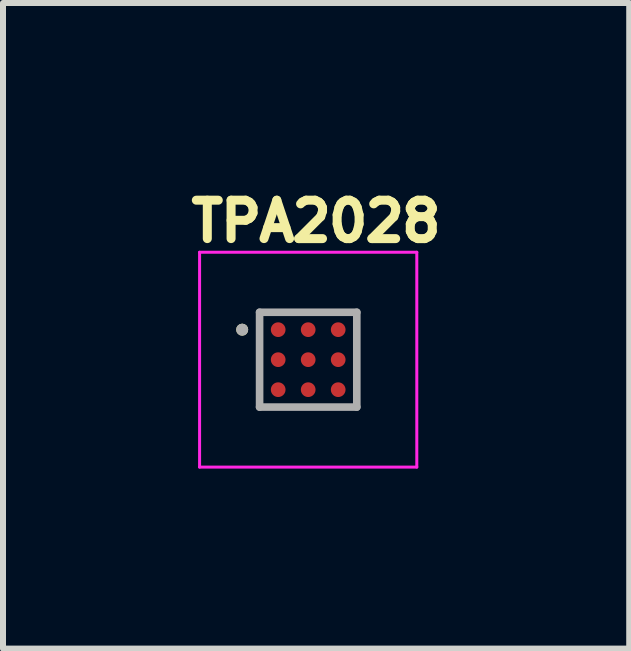
<source format=kicad_pcb>
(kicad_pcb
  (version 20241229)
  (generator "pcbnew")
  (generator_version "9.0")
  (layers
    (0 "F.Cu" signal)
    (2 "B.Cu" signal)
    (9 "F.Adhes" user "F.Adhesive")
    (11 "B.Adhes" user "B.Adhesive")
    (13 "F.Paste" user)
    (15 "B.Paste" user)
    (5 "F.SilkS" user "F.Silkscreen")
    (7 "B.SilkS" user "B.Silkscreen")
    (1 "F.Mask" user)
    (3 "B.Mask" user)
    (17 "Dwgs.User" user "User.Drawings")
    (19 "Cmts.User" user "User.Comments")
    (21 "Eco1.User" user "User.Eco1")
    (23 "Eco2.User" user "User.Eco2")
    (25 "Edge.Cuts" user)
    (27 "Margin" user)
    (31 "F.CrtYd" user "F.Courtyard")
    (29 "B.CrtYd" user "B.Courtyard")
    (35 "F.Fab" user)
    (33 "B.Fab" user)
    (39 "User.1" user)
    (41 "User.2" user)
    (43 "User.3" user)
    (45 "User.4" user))
  (footprint "TPA2028"
    (layer "F.Cu")
    (at 2.086 2.944)
    (property "Reference" "TPA2028" (at 0.132 -2.306 0) (layer "F.SilkS") (effects (font (size 0.64 0.64) (thickness 0.15))))
    (attr smd)
    (fp_circle (center -0.5 -0.5) (end -0.414 -0.5) (stroke (width 0.172) (type solid)) (fill no) (layer "F.Mask"))
    (fp_circle (center -0.5 0) (end -0.414 0) (stroke (width 0.172) (type solid)) (fill no) (layer "F.Mask"))
    (fp_circle (center -0.5 0.5) (end -0.414 0.5) (stroke (width 0.172) (type solid)) (fill no) (layer "F.Mask"))
    (fp_circle (center 0 -0.5) (end 0.086 -0.5) (stroke (width 0.172) (type solid)) (fill no) (layer "F.Mask"))
    (fp_circle (center 0 0) (end 0.086 0) (stroke (width 0.172) (type solid)) (fill no) (layer "F.Mask"))
    (fp_circle (center 0 0.5) (end 0.086 0.5) (stroke (width 0.172) (type solid)) (fill no) (layer "F.Mask"))
    (fp_circle (center 0.5 -0.5) (end 0.586 -0.5) (stroke (width 0.172) (type solid)) (fill no) (layer "F.Mask"))
    (fp_circle (center 0.5 0) (end 0.586 0) (stroke (width 0.172) (type solid)) (fill no) (layer "F.Mask"))
    (fp_circle (center 0.5 0.5) (end 0.586 0.5) (stroke (width 0.172) (type solid)) (fill no) (layer "F.Mask"))
    (fp_circle (center -1.1 -0.5) (end -1.05 -0.5) (stroke (width 0.1) (type solid)) (fill no) (layer "F.SilkS"))
    (fp_poly (pts (xy -0.625 -0.5) (xy -0.625 -0.575) (xy -0.625 -0.578) (xy -0.625 -0.58) (xy -0.624 -0.583) (xy -0.624 -0.585) (xy -0.623 -0.588) (xy -0.623 -0.59) (xy -0.622 -0.593) (xy -0.621 -0.595) (xy -0.62 -0.598) (xy -0.618 -0.6) (xy -0.617 -0.602) (xy -0.615 -0.604) (xy -0.614 -0.606) (xy -0.612 -0.608) (xy -0.61 -0.61) (xy -0.608 -0.612) (xy -0.606 -0.614) (xy -0.604 -0.615) (xy -0.602 -0.617) (xy -0.6 -0.618) (xy -0.598 -0.62) (xy -0.595 -0.621) (xy -0.593 -0.622) (xy -0.59 -0.623) (xy -0.588 -0.623) (xy -0.585 -0.624) (xy -0.583 -0.624) (xy -0.58 -0.625) (xy -0.578 -0.625) (xy -0.575 -0.625) (xy -0.425 -0.625) (xy -0.422 -0.625) (xy -0.42 -0.625) (xy -0.417 -0.624) (xy -0.415 -0.624) (xy -0.412 -0.623) (xy -0.41 -0.623) (xy -0.407 -0.622) (xy -0.405 -0.621) (xy -0.402 -0.62) (xy -0.4 -0.618) (xy -0.398 -0.617) (xy -0.396 -0.615) (xy -0.394 -0.614) (xy -0.392 -0.612) (xy -0.39 -0.61) (xy -0.388 -0.608) (xy -0.386 -0.606) (xy -0.385 -0.604) (xy -0.383 -0.602) (xy -0.382 -0.6) (xy -0.38 -0.598) (xy -0.379 -0.595) (xy -0.378 -0.593) (xy -0.377 -0.59) (xy -0.377 -0.588) (xy -0.376 -0.585) (xy -0.376 -0.583) (xy -0.375 -0.58) (xy -0.375 -0.578) (xy -0.375 -0.575) (xy -0.375 -0.425) (xy -0.375 -0.422) (xy -0.375 -0.42) (xy -0.376 -0.417) (xy -0.376 -0.415) (xy -0.377 -0.412) (xy -0.377 -0.41) (xy -0.378 -0.407) (xy -0.379 -0.405) (xy -0.38 -0.402) (xy -0.382 -0.4) (xy -0.383 -0.398) (xy -0.385 -0.396) (xy -0.386 -0.394) (xy -0.388 -0.392) (xy -0.39 -0.39) (xy -0.392 -0.388) (xy -0.394 -0.386) (xy -0.396 -0.385) (xy -0.398 -0.383) (xy -0.4 -0.382) (xy -0.402 -0.38) (xy -0.405 -0.379) (xy -0.407 -0.378) (xy -0.41 -0.377) (xy -0.412 -0.377) (xy -0.415 -0.376) (xy -0.417 -0.376) (xy -0.42 -0.375) (xy -0.422 -0.375) (xy -0.425 -0.375) (xy -0.575 -0.375) (xy -0.578 -0.375) (xy -0.58 -0.375) (xy -0.583 -0.376) (xy -0.585 -0.376) (xy -0.588 -0.377) (xy -0.59 -0.377) (xy -0.593 -0.378) (xy -0.595 -0.379) (xy -0.598 -0.38) (xy -0.6 -0.382) (xy -0.602 -0.383) (xy -0.604 -0.385) (xy -0.606 -0.386) (xy -0.608 -0.388) (xy -0.61 -0.39) (xy -0.612 -0.392) (xy -0.614 -0.394) (xy -0.615 -0.396) (xy -0.617 -0.398) (xy -0.618 -0.4) (xy -0.62 -0.402) (xy -0.621 -0.405) (xy -0.622 -0.407) (xy -0.623 -0.41) (xy -0.623 -0.412) (xy -0.624 -0.415) (xy -0.624 -0.417) (xy -0.625 -0.42) (xy -0.625 -0.422) (xy -0.625 -0.425) (xy -0.625 -0.5)) (stroke (width 0.01) (type solid)) (fill yes) (layer "F.Paste"))
    (fp_poly (pts (xy -0.625 0) (xy -0.625 -0.075) (xy -0.625 -0.078) (xy -0.625 -0.08) (xy -0.624 -0.083) (xy -0.624 -0.085) (xy -0.623 -0.088) (xy -0.623 -0.09) (xy -0.622 -0.093) (xy -0.621 -0.095) (xy -0.62 -0.098) (xy -0.618 -0.1) (xy -0.617 -0.102) (xy -0.615 -0.104) (xy -0.614 -0.106) (xy -0.612 -0.108) (xy -0.61 -0.11) (xy -0.608 -0.112) (xy -0.606 -0.114) (xy -0.604 -0.115) (xy -0.602 -0.117) (xy -0.6 -0.118) (xy -0.598 -0.12) (xy -0.595 -0.121) (xy -0.593 -0.122) (xy -0.59 -0.123) (xy -0.588 -0.123) (xy -0.585 -0.124) (xy -0.583 -0.124) (xy -0.58 -0.125) (xy -0.578 -0.125) (xy -0.575 -0.125) (xy -0.425 -0.125) (xy -0.422 -0.125) (xy -0.42 -0.125) (xy -0.417 -0.124) (xy -0.415 -0.124) (xy -0.412 -0.123) (xy -0.41 -0.123) (xy -0.407 -0.122) (xy -0.405 -0.121) (xy -0.402 -0.12) (xy -0.4 -0.118) (xy -0.398 -0.117) (xy -0.396 -0.115) (xy -0.394 -0.114) (xy -0.392 -0.112) (xy -0.39 -0.11) (xy -0.388 -0.108) (xy -0.386 -0.106) (xy -0.385 -0.104) (xy -0.383 -0.102) (xy -0.382 -0.1) (xy -0.38 -0.098) (xy -0.379 -0.095) (xy -0.378 -0.093) (xy -0.377 -0.09) (xy -0.377 -0.088) (xy -0.376 -0.085) (xy -0.376 -0.083) (xy -0.375 -0.08) (xy -0.375 -0.078) (xy -0.375 -0.075) (xy -0.375 0.075) (xy -0.375 0.078) (xy -0.375 0.08) (xy -0.376 0.083) (xy -0.376 0.085) (xy -0.377 0.088) (xy -0.377 0.09) (xy -0.378 0.093) (xy -0.379 0.095) (xy -0.38 0.098) (xy -0.382 0.1) (xy -0.383 0.102) (xy -0.385 0.104) (xy -0.386 0.106) (xy -0.388 0.108) (xy -0.39 0.11) (xy -0.392 0.112) (xy -0.394 0.114) (xy -0.396 0.115) (xy -0.398 0.117) (xy -0.4 0.118) (xy -0.402 0.12) (xy -0.405 0.121) (xy -0.407 0.122) (xy -0.41 0.123) (xy -0.412 0.123) (xy -0.415 0.124) (xy -0.417 0.124) (xy -0.42 0.125) (xy -0.422 0.125) (xy -0.425 0.125) (xy -0.575 0.125) (xy -0.578 0.125) (xy -0.58 0.125) (xy -0.583 0.124) (xy -0.585 0.124) (xy -0.588 0.123) (xy -0.59 0.123) (xy -0.593 0.122) (xy -0.595 0.121) (xy -0.598 0.12) (xy -0.6 0.118) (xy -0.602 0.117) (xy -0.604 0.115) (xy -0.606 0.114) (xy -0.608 0.112) (xy -0.61 0.11) (xy -0.612 0.108) (xy -0.614 0.106) (xy -0.615 0.104) (xy -0.617 0.102) (xy -0.618 0.1) (xy -0.62 0.098) (xy -0.621 0.095) (xy -0.622 0.093) (xy -0.623 0.09) (xy -0.623 0.088) (xy -0.624 0.085) (xy -0.624 0.083) (xy -0.625 0.08) (xy -0.625 0.078) (xy -0.625 0.075) (xy -0.625 0)) (stroke (width 0.01) (type solid)) (fill yes) (layer "F.Paste"))
    (fp_poly (pts (xy -0.625 0.5) (xy -0.625 0.425) (xy -0.625 0.422) (xy -0.625 0.42) (xy -0.624 0.417) (xy -0.624 0.415) (xy -0.623 0.412) (xy -0.623 0.41) (xy -0.622 0.407) (xy -0.621 0.405) (xy -0.62 0.402) (xy -0.618 0.4) (xy -0.617 0.398) (xy -0.615 0.396) (xy -0.614 0.394) (xy -0.612 0.392) (xy -0.61 0.39) (xy -0.608 0.388) (xy -0.606 0.386) (xy -0.604 0.385) (xy -0.602 0.383) (xy -0.6 0.382) (xy -0.598 0.38) (xy -0.595 0.379) (xy -0.593 0.378) (xy -0.59 0.377) (xy -0.588 0.377) (xy -0.585 0.376) (xy -0.583 0.376) (xy -0.58 0.375) (xy -0.578 0.375) (xy -0.575 0.375) (xy -0.425 0.375) (xy -0.422 0.375) (xy -0.42 0.375) (xy -0.417 0.376) (xy -0.415 0.376) (xy -0.412 0.377) (xy -0.41 0.377) (xy -0.407 0.378) (xy -0.405 0.379) (xy -0.402 0.38) (xy -0.4 0.382) (xy -0.398 0.383) (xy -0.396 0.385) (xy -0.394 0.386) (xy -0.392 0.388) (xy -0.39 0.39) (xy -0.388 0.392) (xy -0.386 0.394) (xy -0.385 0.396) (xy -0.383 0.398) (xy -0.382 0.4) (xy -0.38 0.402) (xy -0.379 0.405) (xy -0.378 0.407) (xy -0.377 0.41) (xy -0.377 0.412) (xy -0.376 0.415) (xy -0.376 0.417) (xy -0.375 0.42) (xy -0.375 0.422) (xy -0.375 0.425) (xy -0.375 0.575) (xy -0.375 0.578) (xy -0.375 0.58) (xy -0.376 0.583) (xy -0.376 0.585) (xy -0.377 0.588) (xy -0.377 0.59) (xy -0.378 0.593) (xy -0.379 0.595) (xy -0.38 0.598) (xy -0.382 0.6) (xy -0.383 0.602) (xy -0.385 0.604) (xy -0.386 0.606) (xy -0.388 0.608) (xy -0.39 0.61) (xy -0.392 0.612) (xy -0.394 0.614) (xy -0.396 0.615) (xy -0.398 0.617) (xy -0.4 0.618) (xy -0.402 0.62) (xy -0.405 0.621) (xy -0.407 0.622) (xy -0.41 0.623) (xy -0.412 0.623) (xy -0.415 0.624) (xy -0.417 0.624) (xy -0.42 0.625) (xy -0.422 0.625) (xy -0.425 0.625) (xy -0.575 0.625) (xy -0.578 0.625) (xy -0.58 0.625) (xy -0.583 0.624) (xy -0.585 0.624) (xy -0.588 0.623) (xy -0.59 0.623) (xy -0.593 0.622) (xy -0.595 0.621) (xy -0.598 0.62) (xy -0.6 0.618) (xy -0.602 0.617) (xy -0.604 0.615) (xy -0.606 0.614) (xy -0.608 0.612) (xy -0.61 0.61) (xy -0.612 0.608) (xy -0.614 0.606) (xy -0.615 0.604) (xy -0.617 0.602) (xy -0.618 0.6) (xy -0.62 0.598) (xy -0.621 0.595) (xy -0.622 0.593) (xy -0.623 0.59) (xy -0.623 0.588) (xy -0.624 0.585) (xy -0.624 0.583) (xy -0.625 0.58) (xy -0.625 0.578) (xy -0.625 0.575) (xy -0.625 0.5)) (stroke (width 0.01) (type solid)) (fill yes) (layer "F.Paste"))
    (fp_poly (pts (xy -0.125 -0.5) (xy -0.125 -0.575) (xy -0.125 -0.578) (xy -0.125 -0.58) (xy -0.124 -0.583) (xy -0.124 -0.585) (xy -0.123 -0.588) (xy -0.123 -0.59) (xy -0.122 -0.593) (xy -0.121 -0.595) (xy -0.12 -0.598) (xy -0.118 -0.6) (xy -0.117 -0.602) (xy -0.115 -0.604) (xy -0.114 -0.606) (xy -0.112 -0.608) (xy -0.11 -0.61) (xy -0.108 -0.612) (xy -0.106 -0.614) (xy -0.104 -0.615) (xy -0.102 -0.617) (xy -0.1 -0.618) (xy -0.098 -0.62) (xy -0.095 -0.621) (xy -0.093 -0.622) (xy -0.09 -0.623) (xy -0.088 -0.623) (xy -0.085 -0.624) (xy -0.083 -0.624) (xy -0.08 -0.625) (xy -0.078 -0.625) (xy -0.075 -0.625) (xy 0.075 -0.625) (xy 0.078 -0.625) (xy 0.08 -0.625) (xy 0.083 -0.624) (xy 0.085 -0.624) (xy 0.088 -0.623) (xy 0.09 -0.623) (xy 0.093 -0.622) (xy 0.095 -0.621) (xy 0.098 -0.62) (xy 0.1 -0.618) (xy 0.102 -0.617) (xy 0.104 -0.615) (xy 0.106 -0.614) (xy 0.108 -0.612) (xy 0.11 -0.61) (xy 0.112 -0.608) (xy 0.114 -0.606) (xy 0.115 -0.604) (xy 0.117 -0.602) (xy 0.118 -0.6) (xy 0.12 -0.598) (xy 0.121 -0.595) (xy 0.122 -0.593) (xy 0.123 -0.59) (xy 0.123 -0.588) (xy 0.124 -0.585) (xy 0.124 -0.583) (xy 0.125 -0.58) (xy 0.125 -0.578) (xy 0.125 -0.575) (xy 0.125 -0.425) (xy 0.125 -0.422) (xy 0.125 -0.42) (xy 0.124 -0.417) (xy 0.124 -0.415) (xy 0.123 -0.412) (xy 0.123 -0.41) (xy 0.122 -0.407) (xy 0.121 -0.405) (xy 0.12 -0.402) (xy 0.118 -0.4) (xy 0.117 -0.398) (xy 0.115 -0.396) (xy 0.114 -0.394) (xy 0.112 -0.392) (xy 0.11 -0.39) (xy 0.108 -0.388) (xy 0.106 -0.386) (xy 0.104 -0.385) (xy 0.102 -0.383) (xy 0.1 -0.382) (xy 0.098 -0.38) (xy 0.095 -0.379) (xy 0.093 -0.378) (xy 0.09 -0.377) (xy 0.088 -0.377) (xy 0.085 -0.376) (xy 0.083 -0.376) (xy 0.08 -0.375) (xy 0.078 -0.375) (xy 0.075 -0.375) (xy -0.075 -0.375) (xy -0.078 -0.375) (xy -0.08 -0.375) (xy -0.083 -0.376) (xy -0.085 -0.376) (xy -0.088 -0.377) (xy -0.09 -0.377) (xy -0.093 -0.378) (xy -0.095 -0.379) (xy -0.098 -0.38) (xy -0.1 -0.382) (xy -0.102 -0.383) (xy -0.104 -0.385) (xy -0.106 -0.386) (xy -0.108 -0.388) (xy -0.11 -0.39) (xy -0.112 -0.392) (xy -0.114 -0.394) (xy -0.115 -0.396) (xy -0.117 -0.398) (xy -0.118 -0.4) (xy -0.12 -0.402) (xy -0.121 -0.405) (xy -0.122 -0.407) (xy -0.123 -0.41) (xy -0.123 -0.412) (xy -0.124 -0.415) (xy -0.124 -0.417) (xy -0.125 -0.42) (xy -0.125 -0.422) (xy -0.125 -0.425) (xy -0.125 -0.5)) (stroke (width 0.01) (type solid)) (fill yes) (layer "F.Paste"))
    (fp_poly (pts (xy -0.125 0) (xy -0.125 -0.075) (xy -0.125 -0.078) (xy -0.125 -0.08) (xy -0.124 -0.083) (xy -0.124 -0.085) (xy -0.123 -0.088) (xy -0.123 -0.09) (xy -0.122 -0.093) (xy -0.121 -0.095) (xy -0.12 -0.098) (xy -0.118 -0.1) (xy -0.117 -0.102) (xy -0.115 -0.104) (xy -0.114 -0.106) (xy -0.112 -0.108) (xy -0.11 -0.11) (xy -0.108 -0.112) (xy -0.106 -0.114) (xy -0.104 -0.115) (xy -0.102 -0.117) (xy -0.1 -0.118) (xy -0.098 -0.12) (xy -0.095 -0.121) (xy -0.093 -0.122) (xy -0.09 -0.123) (xy -0.088 -0.123) (xy -0.085 -0.124) (xy -0.083 -0.124) (xy -0.08 -0.125) (xy -0.078 -0.125) (xy -0.075 -0.125) (xy 0.075 -0.125) (xy 0.078 -0.125) (xy 0.08 -0.125) (xy 0.083 -0.124) (xy 0.085 -0.124) (xy 0.088 -0.123) (xy 0.09 -0.123) (xy 0.093 -0.122) (xy 0.095 -0.121) (xy 0.098 -0.12) (xy 0.1 -0.118) (xy 0.102 -0.117) (xy 0.104 -0.115) (xy 0.106 -0.114) (xy 0.108 -0.112) (xy 0.11 -0.11) (xy 0.112 -0.108) (xy 0.114 -0.106) (xy 0.115 -0.104) (xy 0.117 -0.102) (xy 0.118 -0.1) (xy 0.12 -0.098) (xy 0.121 -0.095) (xy 0.122 -0.093) (xy 0.123 -0.09) (xy 0.123 -0.088) (xy 0.124 -0.085) (xy 0.124 -0.083) (xy 0.125 -0.08) (xy 0.125 -0.078) (xy 0.125 -0.075) (xy 0.125 0.075) (xy 0.125 0.078) (xy 0.125 0.08) (xy 0.124 0.083) (xy 0.124 0.085) (xy 0.123 0.088) (xy 0.123 0.09) (xy 0.122 0.093) (xy 0.121 0.095) (xy 0.12 0.098) (xy 0.118 0.1) (xy 0.117 0.102) (xy 0.115 0.104) (xy 0.114 0.106) (xy 0.112 0.108) (xy 0.11 0.11) (xy 0.108 0.112) (xy 0.106 0.114) (xy 0.104 0.115) (xy 0.102 0.117) (xy 0.1 0.118) (xy 0.098 0.12) (xy 0.095 0.121) (xy 0.093 0.122) (xy 0.09 0.123) (xy 0.088 0.123) (xy 0.085 0.124) (xy 0.083 0.124) (xy 0.08 0.125) (xy 0.078 0.125) (xy 0.075 0.125) (xy -0.075 0.125) (xy -0.078 0.125) (xy -0.08 0.125) (xy -0.083 0.124) (xy -0.085 0.124) (xy -0.088 0.123) (xy -0.09 0.123) (xy -0.093 0.122) (xy -0.095 0.121) (xy -0.098 0.12) (xy -0.1 0.118) (xy -0.102 0.117) (xy -0.104 0.115) (xy -0.106 0.114) (xy -0.108 0.112) (xy -0.11 0.11) (xy -0.112 0.108) (xy -0.114 0.106) (xy -0.115 0.104) (xy -0.117 0.102) (xy -0.118 0.1) (xy -0.12 0.098) (xy -0.121 0.095) (xy -0.122 0.093) (xy -0.123 0.09) (xy -0.123 0.088) (xy -0.124 0.085) (xy -0.124 0.083) (xy -0.125 0.08) (xy -0.125 0.078) (xy -0.125 0.075) (xy -0.125 0)) (stroke (width 0.01) (type solid)) (fill yes) (layer "F.Paste"))
    (fp_poly (pts (xy -0.125 0.5) (xy -0.125 0.425) (xy -0.125 0.422) (xy -0.125 0.42) (xy -0.124 0.417) (xy -0.124 0.415) (xy -0.123 0.412) (xy -0.123 0.41) (xy -0.122 0.407) (xy -0.121 0.405) (xy -0.12 0.402) (xy -0.118 0.4) (xy -0.117 0.398) (xy -0.115 0.396) (xy -0.114 0.394) (xy -0.112 0.392) (xy -0.11 0.39) (xy -0.108 0.388) (xy -0.106 0.386) (xy -0.104 0.385) (xy -0.102 0.383) (xy -0.1 0.382) (xy -0.098 0.38) (xy -0.095 0.379) (xy -0.093 0.378) (xy -0.09 0.377) (xy -0.088 0.377) (xy -0.085 0.376) (xy -0.083 0.376) (xy -0.08 0.375) (xy -0.078 0.375) (xy -0.075 0.375) (xy 0.075 0.375) (xy 0.078 0.375) (xy 0.08 0.375) (xy 0.083 0.376) (xy 0.085 0.376) (xy 0.088 0.377) (xy 0.09 0.377) (xy 0.093 0.378) (xy 0.095 0.379) (xy 0.098 0.38) (xy 0.1 0.382) (xy 0.102 0.383) (xy 0.104 0.385) (xy 0.106 0.386) (xy 0.108 0.388) (xy 0.11 0.39) (xy 0.112 0.392) (xy 0.114 0.394) (xy 0.115 0.396) (xy 0.117 0.398) (xy 0.118 0.4) (xy 0.12 0.402) (xy 0.121 0.405) (xy 0.122 0.407) (xy 0.123 0.41) (xy 0.123 0.412) (xy 0.124 0.415) (xy 0.124 0.417) (xy 0.125 0.42) (xy 0.125 0.422) (xy 0.125 0.425) (xy 0.125 0.575) (xy 0.125 0.578) (xy 0.125 0.58) (xy 0.124 0.583) (xy 0.124 0.585) (xy 0.123 0.588) (xy 0.123 0.59) (xy 0.122 0.593) (xy 0.121 0.595) (xy 0.12 0.598) (xy 0.118 0.6) (xy 0.117 0.602) (xy 0.115 0.604) (xy 0.114 0.606) (xy 0.112 0.608) (xy 0.11 0.61) (xy 0.108 0.612) (xy 0.106 0.614) (xy 0.104 0.615) (xy 0.102 0.617) (xy 0.1 0.618) (xy 0.098 0.62) (xy 0.095 0.621) (xy 0.093 0.622) (xy 0.09 0.623) (xy 0.088 0.623) (xy 0.085 0.624) (xy 0.083 0.624) (xy 0.08 0.625) (xy 0.078 0.625) (xy 0.075 0.625) (xy -0.075 0.625) (xy -0.078 0.625) (xy -0.08 0.625) (xy -0.083 0.624) (xy -0.085 0.624) (xy -0.088 0.623) (xy -0.09 0.623) (xy -0.093 0.622) (xy -0.095 0.621) (xy -0.098 0.62) (xy -0.1 0.618) (xy -0.102 0.617) (xy -0.104 0.615) (xy -0.106 0.614) (xy -0.108 0.612) (xy -0.11 0.61) (xy -0.112 0.608) (xy -0.114 0.606) (xy -0.115 0.604) (xy -0.117 0.602) (xy -0.118 0.6) (xy -0.12 0.598) (xy -0.121 0.595) (xy -0.122 0.593) (xy -0.123 0.59) (xy -0.123 0.588) (xy -0.124 0.585) (xy -0.124 0.583) (xy -0.125 0.58) (xy -0.125 0.578) (xy -0.125 0.575) (xy -0.125 0.5)) (stroke (width 0.01) (type solid)) (fill yes) (layer "F.Paste"))
    (fp_poly (pts (xy 0.375 -0.5) (xy 0.375 -0.575) (xy 0.375 -0.578) (xy 0.375 -0.58) (xy 0.376 -0.583) (xy 0.376 -0.585) (xy 0.377 -0.588) (xy 0.377 -0.59) (xy 0.378 -0.593) (xy 0.379 -0.595) (xy 0.38 -0.598) (xy 0.382 -0.6) (xy 0.383 -0.602) (xy 0.385 -0.604) (xy 0.386 -0.606) (xy 0.388 -0.608) (xy 0.39 -0.61) (xy 0.392 -0.612) (xy 0.394 -0.614) (xy 0.396 -0.615) (xy 0.398 -0.617) (xy 0.4 -0.618) (xy 0.402 -0.62) (xy 0.405 -0.621) (xy 0.407 -0.622) (xy 0.41 -0.623) (xy 0.412 -0.623) (xy 0.415 -0.624) (xy 0.417 -0.624) (xy 0.42 -0.625) (xy 0.422 -0.625) (xy 0.425 -0.625) (xy 0.575 -0.625) (xy 0.578 -0.625) (xy 0.58 -0.625) (xy 0.583 -0.624) (xy 0.585 -0.624) (xy 0.588 -0.623) (xy 0.59 -0.623) (xy 0.593 -0.622) (xy 0.595 -0.621) (xy 0.598 -0.62) (xy 0.6 -0.618) (xy 0.602 -0.617) (xy 0.604 -0.615) (xy 0.606 -0.614) (xy 0.608 -0.612) (xy 0.61 -0.61) (xy 0.612 -0.608) (xy 0.614 -0.606) (xy 0.615 -0.604) (xy 0.617 -0.602) (xy 0.618 -0.6) (xy 0.62 -0.598) (xy 0.621 -0.595) (xy 0.622 -0.593) (xy 0.623 -0.59) (xy 0.623 -0.588) (xy 0.624 -0.585) (xy 0.624 -0.583) (xy 0.625 -0.58) (xy 0.625 -0.578) (xy 0.625 -0.575) (xy 0.625 -0.425) (xy 0.625 -0.422) (xy 0.625 -0.42) (xy 0.624 -0.417) (xy 0.624 -0.415) (xy 0.623 -0.412) (xy 0.623 -0.41) (xy 0.622 -0.407) (xy 0.621 -0.405) (xy 0.62 -0.402) (xy 0.618 -0.4) (xy 0.617 -0.398) (xy 0.615 -0.396) (xy 0.614 -0.394) (xy 0.612 -0.392) (xy 0.61 -0.39) (xy 0.608 -0.388) (xy 0.606 -0.386) (xy 0.604 -0.385) (xy 0.602 -0.383) (xy 0.6 -0.382) (xy 0.598 -0.38) (xy 0.595 -0.379) (xy 0.593 -0.378) (xy 0.59 -0.377) (xy 0.588 -0.377) (xy 0.585 -0.376) (xy 0.583 -0.376) (xy 0.58 -0.375) (xy 0.578 -0.375) (xy 0.575 -0.375) (xy 0.425 -0.375) (xy 0.422 -0.375) (xy 0.42 -0.375) (xy 0.417 -0.376) (xy 0.415 -0.376) (xy 0.412 -0.377) (xy 0.41 -0.377) (xy 0.407 -0.378) (xy 0.405 -0.379) (xy 0.402 -0.38) (xy 0.4 -0.382) (xy 0.398 -0.383) (xy 0.396 -0.385) (xy 0.394 -0.386) (xy 0.392 -0.388) (xy 0.39 -0.39) (xy 0.388 -0.392) (xy 0.386 -0.394) (xy 0.385 -0.396) (xy 0.383 -0.398) (xy 0.382 -0.4) (xy 0.38 -0.402) (xy 0.379 -0.405) (xy 0.378 -0.407) (xy 0.377 -0.41) (xy 0.377 -0.412) (xy 0.376 -0.415) (xy 0.376 -0.417) (xy 0.375 -0.42) (xy 0.375 -0.422) (xy 0.375 -0.425) (xy 0.375 -0.5)) (stroke (width 0.01) (type solid)) (fill yes) (layer "F.Paste"))
    (fp_poly (pts (xy 0.375 0) (xy 0.375 -0.075) (xy 0.375 -0.078) (xy 0.375 -0.08) (xy 0.376 -0.083) (xy 0.376 -0.085) (xy 0.377 -0.088) (xy 0.377 -0.09) (xy 0.378 -0.093) (xy 0.379 -0.095) (xy 0.38 -0.098) (xy 0.382 -0.1) (xy 0.383 -0.102) (xy 0.385 -0.104) (xy 0.386 -0.106) (xy 0.388 -0.108) (xy 0.39 -0.11) (xy 0.392 -0.112) (xy 0.394 -0.114) (xy 0.396 -0.115) (xy 0.398 -0.117) (xy 0.4 -0.118) (xy 0.402 -0.12) (xy 0.405 -0.121) (xy 0.407 -0.122) (xy 0.41 -0.123) (xy 0.412 -0.123) (xy 0.415 -0.124) (xy 0.417 -0.124) (xy 0.42 -0.125) (xy 0.422 -0.125) (xy 0.425 -0.125) (xy 0.575 -0.125) (xy 0.578 -0.125) (xy 0.58 -0.125) (xy 0.583 -0.124) (xy 0.585 -0.124) (xy 0.588 -0.123) (xy 0.59 -0.123) (xy 0.593 -0.122) (xy 0.595 -0.121) (xy 0.598 -0.12) (xy 0.6 -0.118) (xy 0.602 -0.117) (xy 0.604 -0.115) (xy 0.606 -0.114) (xy 0.608 -0.112) (xy 0.61 -0.11) (xy 0.612 -0.108) (xy 0.614 -0.106) (xy 0.615 -0.104) (xy 0.617 -0.102) (xy 0.618 -0.1) (xy 0.62 -0.098) (xy 0.621 -0.095) (xy 0.622 -0.093) (xy 0.623 -0.09) (xy 0.623 -0.088) (xy 0.624 -0.085) (xy 0.624 -0.083) (xy 0.625 -0.08) (xy 0.625 -0.078) (xy 0.625 -0.075) (xy 0.625 0.075) (xy 0.625 0.078) (xy 0.625 0.08) (xy 0.624 0.083) (xy 0.624 0.085) (xy 0.623 0.088) (xy 0.623 0.09) (xy 0.622 0.093) (xy 0.621 0.095) (xy 0.62 0.098) (xy 0.618 0.1) (xy 0.617 0.102) (xy 0.615 0.104) (xy 0.614 0.106) (xy 0.612 0.108) (xy 0.61 0.11) (xy 0.608 0.112) (xy 0.606 0.114) (xy 0.604 0.115) (xy 0.602 0.117) (xy 0.6 0.118) (xy 0.598 0.12) (xy 0.595 0.121) (xy 0.593 0.122) (xy 0.59 0.123) (xy 0.588 0.123) (xy 0.585 0.124) (xy 0.583 0.124) (xy 0.58 0.125) (xy 0.578 0.125) (xy 0.575 0.125) (xy 0.425 0.125) (xy 0.422 0.125) (xy 0.42 0.125) (xy 0.417 0.124) (xy 0.415 0.124) (xy 0.412 0.123) (xy 0.41 0.123) (xy 0.407 0.122) (xy 0.405 0.121) (xy 0.402 0.12) (xy 0.4 0.118) (xy 0.398 0.117) (xy 0.396 0.115) (xy 0.394 0.114) (xy 0.392 0.112) (xy 0.39 0.11) (xy 0.388 0.108) (xy 0.386 0.106) (xy 0.385 0.104) (xy 0.383 0.102) (xy 0.382 0.1) (xy 0.38 0.098) (xy 0.379 0.095) (xy 0.378 0.093) (xy 0.377 0.09) (xy 0.377 0.088) (xy 0.376 0.085) (xy 0.376 0.083) (xy 0.375 0.08) (xy 0.375 0.078) (xy 0.375 0.075) (xy 0.375 0)) (stroke (width 0.01) (type solid)) (fill yes) (layer "F.Paste"))
    (fp_poly (pts (xy 0.375 0.5) (xy 0.375 0.425) (xy 0.375 0.422) (xy 0.375 0.42) (xy 0.376 0.417) (xy 0.376 0.415) (xy 0.377 0.412) (xy 0.377 0.41) (xy 0.378 0.407) (xy 0.379 0.405) (xy 0.38 0.402) (xy 0.382 0.4) (xy 0.383 0.398) (xy 0.385 0.396) (xy 0.386 0.394) (xy 0.388 0.392) (xy 0.39 0.39) (xy 0.392 0.388) (xy 0.394 0.386) (xy 0.396 0.385) (xy 0.398 0.383) (xy 0.4 0.382) (xy 0.402 0.38) (xy 0.405 0.379) (xy 0.407 0.378) (xy 0.41 0.377) (xy 0.412 0.377) (xy 0.415 0.376) (xy 0.417 0.376) (xy 0.42 0.375) (xy 0.422 0.375) (xy 0.425 0.375) (xy 0.575 0.375) (xy 0.578 0.375) (xy 0.58 0.375) (xy 0.583 0.376) (xy 0.585 0.376) (xy 0.588 0.377) (xy 0.59 0.377) (xy 0.593 0.378) (xy 0.595 0.379) (xy 0.598 0.38) (xy 0.6 0.382) (xy 0.602 0.383) (xy 0.604 0.385) (xy 0.606 0.386) (xy 0.608 0.388) (xy 0.61 0.39) (xy 0.612 0.392) (xy 0.614 0.394) (xy 0.615 0.396) (xy 0.617 0.398) (xy 0.618 0.4) (xy 0.62 0.402) (xy 0.621 0.405) (xy 0.622 0.407) (xy 0.623 0.41) (xy 0.623 0.412) (xy 0.624 0.415) (xy 0.624 0.417) (xy 0.625 0.42) (xy 0.625 0.422) (xy 0.625 0.425) (xy 0.625 0.575) (xy 0.625 0.578) (xy 0.625 0.58) (xy 0.624 0.583) (xy 0.624 0.585) (xy 0.623 0.588) (xy 0.623 0.59) (xy 0.622 0.593) (xy 0.621 0.595) (xy 0.62 0.598) (xy 0.618 0.6) (xy 0.617 0.602) (xy 0.615 0.604) (xy 0.614 0.606) (xy 0.612 0.608) (xy 0.61 0.61) (xy 0.608 0.612) (xy 0.606 0.614) (xy 0.604 0.615) (xy 0.602 0.617) (xy 0.6 0.618) (xy 0.598 0.62) (xy 0.595 0.621) (xy 0.593 0.622) (xy 0.59 0.623) (xy 0.588 0.623) (xy 0.585 0.624) (xy 0.583 0.624) (xy 0.58 0.625) (xy 0.578 0.625) (xy 0.575 0.625) (xy 0.425 0.625) (xy 0.422 0.625) (xy 0.42 0.625) (xy 0.417 0.624) (xy 0.415 0.624) (xy 0.412 0.623) (xy 0.41 0.623) (xy 0.407 0.622) (xy 0.405 0.621) (xy 0.402 0.62) (xy 0.4 0.618) (xy 0.398 0.617) (xy 0.396 0.615) (xy 0.394 0.614) (xy 0.392 0.612) (xy 0.39 0.61) (xy 0.388 0.608) (xy 0.386 0.606) (xy 0.385 0.604) (xy 0.383 0.602) (xy 0.382 0.6) (xy 0.38 0.598) (xy 0.379 0.595) (xy 0.378 0.593) (xy 0.377 0.59) (xy 0.377 0.588) (xy 0.376 0.585) (xy 0.376 0.583) (xy 0.375 0.58) (xy 0.375 0.578) (xy 0.375 0.575) (xy 0.375 0.5)) (stroke (width 0.01) (type solid)) (fill yes) (layer "F.Paste"))
    (fp_line (start -1.81 -1.79) (end -1.81 1.79) (stroke (width 0.05) (type solid)) (layer "F.CrtYd"))
    (fp_line (start -1.81 1.79) (end 1.81 1.79) (stroke (width 0.05) (type solid)) (layer "F.CrtYd"))
    (fp_line (start 1.81 -1.79) (end -1.81 -1.79) (stroke (width 0.05) (type solid)) (layer "F.CrtYd"))
    (fp_line (start 1.81 1.79) (end 1.81 -1.79) (stroke (width 0.05) (type solid)) (layer "F.CrtYd"))
    (fp_line (start -0.81 -0.79) (end 0.81 -0.79) (stroke (width 0.127) (type solid)) (layer "F.Fab"))
    (fp_line (start -0.81 0.79) (end -0.81 -0.79) (stroke (width 0.127) (type solid)) (layer "F.Fab"))
    (fp_line (start 0.81 -0.79) (end 0.81 0.79) (stroke (width 0.127) (type solid)) (layer "F.Fab"))
    (fp_line (start 0.81 0.79) (end -0.81 0.79) (stroke (width 0.127) (type solid)) (layer "F.Fab"))
    (fp_circle (center -1.1 -0.5) (end -1.05 -0.5) (stroke (width 0.1) (type solid)) (fill no) (layer "F.Fab"))
    (pad "A1" smd circle (at -0.5 -0.5) (size 0.245 0.245) (layers "F.Cu"))
    (pad "A2" smd circle (at 0 -0.5) (size 0.245 0.245) (layers "F.Cu"))
    (pad "A3" smd circle (at 0.5 -0.5) (size 0.245 0.245) (layers "F.Cu"))
    (pad "B1" smd circle (at -0.5 0) (size 0.245 0.245) (layers "F.Cu"))
    (pad "B2" smd circle (at 0 0) (size 0.245 0.245) (layers "F.Cu"))
    (pad "B3" smd circle (at 0.5 0) (size 0.245 0.245) (layers "F.Cu"))
    (pad "C1" smd circle (at -0.5 0.5) (size 0.245 0.245) (layers "F.Cu"))
    (pad "C2" smd circle (at 0 0.5) (size 0.245 0.245) (layers "F.Cu"))
    (pad "C3" smd circle (at 0.5 0.5) (size 0.245 0.245) (layers "F.Cu")))
  (gr_rect
    (start -3 -3)
    (end 7.436 7.759)
    (stroke (width 0.1) (type default))
    (fill no)
    (layer "Edge.Cuts")))
</source>
